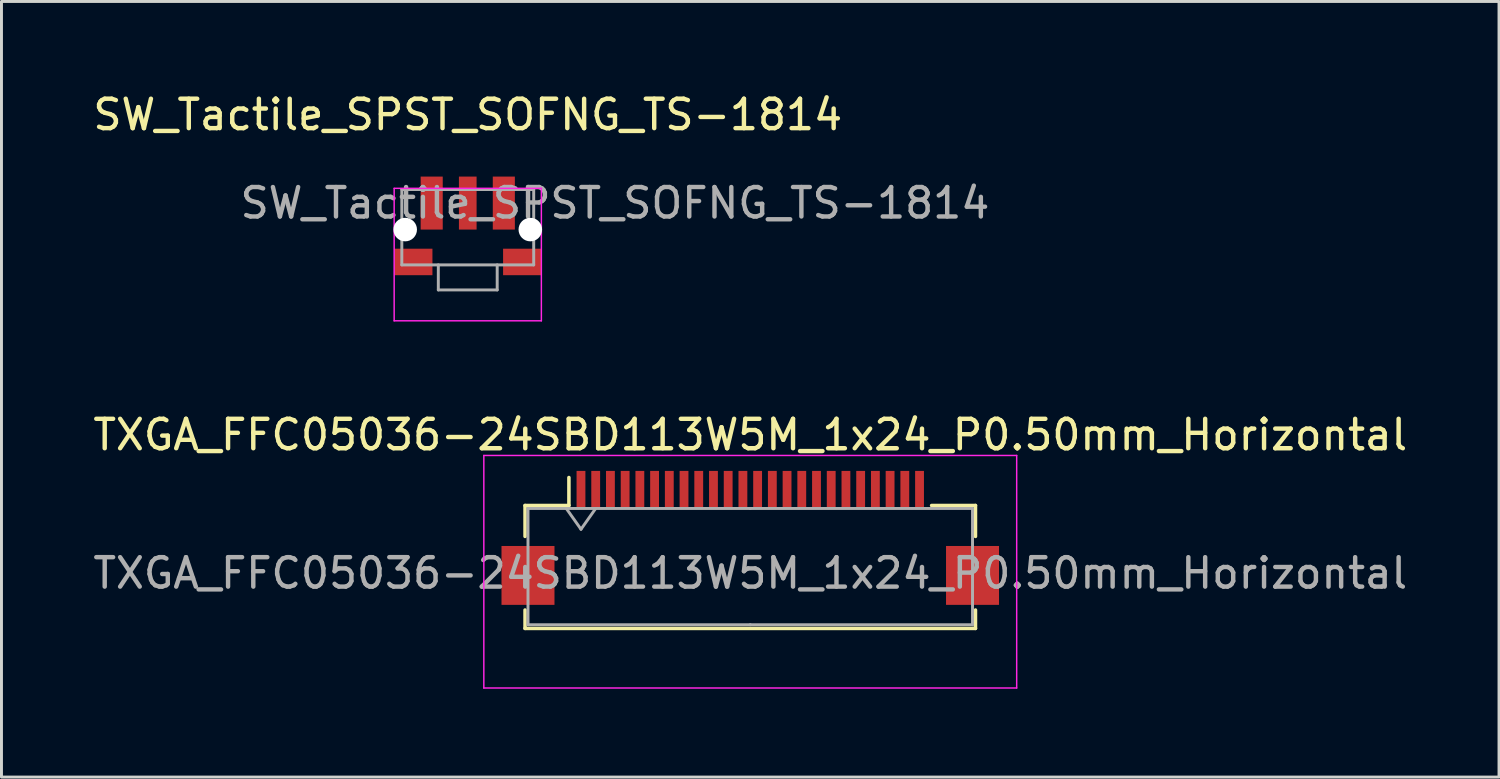
<source format=kicad_pcb>
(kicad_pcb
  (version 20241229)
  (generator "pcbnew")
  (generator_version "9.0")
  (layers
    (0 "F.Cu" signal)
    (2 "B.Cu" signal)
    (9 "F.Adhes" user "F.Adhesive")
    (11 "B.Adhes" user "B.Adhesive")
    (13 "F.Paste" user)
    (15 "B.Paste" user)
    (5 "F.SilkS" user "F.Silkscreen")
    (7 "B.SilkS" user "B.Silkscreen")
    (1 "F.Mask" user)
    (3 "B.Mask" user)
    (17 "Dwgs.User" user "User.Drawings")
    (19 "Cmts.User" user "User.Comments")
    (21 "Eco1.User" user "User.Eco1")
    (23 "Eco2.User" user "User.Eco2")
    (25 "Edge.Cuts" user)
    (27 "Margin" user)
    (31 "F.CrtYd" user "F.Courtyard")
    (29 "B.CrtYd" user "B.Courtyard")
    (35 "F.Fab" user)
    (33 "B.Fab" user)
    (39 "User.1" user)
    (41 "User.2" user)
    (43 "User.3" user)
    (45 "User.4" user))
  (footprint "TXGA_FFC05036-24SBD113W5M_1x24_P0.50mm_Horizontal"
    (layer "F.Cu")
    (at 22.435 15.421)
    (property "Reference" "TXGA_FFC05036-24SBD113W5M_1x24_P0.50mm_Horizontal" (at 0 -3.7 0) (layer "F.SilkS") (effects (font (size 1 1) (thickness 0.15))))
    (attr smd)
    (fp_line (start -7.65 -1.3) (end -7.65 -0.25) (stroke (width 0.12) (type solid)) (layer "F.SilkS"))
    (fp_line (start -7.65 2.25) (end -7.65 2.875) (stroke (width 0.12) (type solid)) (layer "F.SilkS"))
    (fp_line (start -7.65 2.875) (end 7.65 2.875) (stroke (width 0.12) (type solid)) (layer "F.SilkS"))
    (fp_line (start -6.16 -1.3) (end -7.65 -1.3) (stroke (width 0.12) (type solid)) (layer "F.SilkS"))
    (fp_line (start -6.16 -1.3) (end -6.16 -2.25) (stroke (width 0.12) (type solid)) (layer "F.SilkS"))
    (fp_line (start 6.16 -1.3) (end 7.65 -1.3) (stroke (width 0.12) (type solid)) (layer "F.SilkS"))
    (fp_line (start 7.65 -1.3) (end 7.65 -0.25) (stroke (width 0.12) (type solid)) (layer "F.SilkS"))
    (fp_line (start 7.65 2.875) (end 7.65 2.25) (stroke (width 0.12) (type solid)) (layer "F.SilkS"))
    (fp_line (start -9.05 -3) (end -9.05 4.9) (stroke (width 0.05) (type solid)) (layer "F.CrtYd"))
    (fp_line (start -9.05 4.9) (end 9.05 4.9) (stroke (width 0.05) (type solid)) (layer "F.CrtYd"))
    (fp_line (start 9.05 -3) (end -9.05 -3) (stroke (width 0.05) (type solid)) (layer "F.CrtYd"))
    (fp_line (start 9.05 4.9) (end 9.05 -3) (stroke (width 0.05) (type solid)) (layer "F.CrtYd"))
    (fp_line (start -7.55 -1.2) (end -7.55 2.75) (stroke (width 0.1) (type solid)) (layer "F.Fab"))
    (fp_line (start -7.55 2.75) (end 0 2.75) (stroke (width 0.1) (type solid)) (layer "F.Fab"))
    (fp_line (start -6.25 -1.2) (end -5.75 -0.493) (stroke (width 0.1) (type solid)) (layer "F.Fab"))
    (fp_line (start -5.75 -0.493) (end -5.25 -1.2) (stroke (width 0.1) (type solid)) (layer "F.Fab"))
    (fp_line (start 0 -1.2) (end -7.55 -1.2) (stroke (width 0.1) (type solid)) (layer "F.Fab"))
    (fp_line (start 0 -1.2) (end 7.55 -1.2) (stroke (width 0.1) (type solid)) (layer "F.Fab"))
    (fp_line (start 7.55 -1.2) (end 7.55 2.75) (stroke (width 0.1) (type solid)) (layer "F.Fab"))
    (fp_line (start 7.55 2.75) (end 0 2.75) (stroke (width 0.1) (type solid)) (layer "F.Fab"))
    (fp_text user "${REFERENCE}" (at 0 1 0) (layer "F.Fab") (effects (font (size 1 1) (thickness 0.15))))
    (pad "" smd rect (at -7.55 1.075) (size 1.8 2) (layers "F.Cu" "F.Mask" "F.Paste"))
    (pad "" smd rect (at 7.55 1.075) (size 1.8 2) (layers "F.Cu" "F.Mask" "F.Paste"))
    (pad "1" smd rect (at -5.75 -1.85) (size 0.3 1.25) (layers "F.Cu" "F.Mask" "F.Paste"))
    (pad "2" smd rect (at -5.25 -1.85) (size 0.3 1.25) (layers "F.Cu" "F.Mask" "F.Paste"))
    (pad "3" smd rect (at -4.75 -1.85) (size 0.3 1.25) (layers "F.Cu" "F.Mask" "F.Paste"))
    (pad "4" smd rect (at -4.25 -1.85) (size 0.3 1.25) (layers "F.Cu" "F.Mask" "F.Paste"))
    (pad "5" smd rect (at -3.75 -1.85) (size 0.3 1.25) (layers "F.Cu" "F.Mask" "F.Paste"))
    (pad "6" smd rect (at -3.25 -1.85) (size 0.3 1.25) (layers "F.Cu" "F.Mask" "F.Paste"))
    (pad "7" smd rect (at -2.75 -1.85) (size 0.3 1.25) (layers "F.Cu" "F.Mask" "F.Paste"))
    (pad "8" smd rect (at -2.25 -1.85) (size 0.3 1.25) (layers "F.Cu" "F.Mask" "F.Paste"))
    (pad "9" smd rect (at -1.75 -1.85) (size 0.3 1.25) (layers "F.Cu" "F.Mask" "F.Paste"))
    (pad "10" smd rect (at -1.25 -1.85) (size 0.3 1.25) (layers "F.Cu" "F.Mask" "F.Paste"))
    (pad "11" smd rect (at -0.75 -1.85) (size 0.3 1.25) (layers "F.Cu" "F.Mask" "F.Paste"))
    (pad "12" smd rect (at -0.25 -1.85) (size 0.3 1.25) (layers "F.Cu" "F.Mask" "F.Paste"))
    (pad "13" smd rect (at 0.25 -1.85) (size 0.3 1.25) (layers "F.Cu" "F.Mask" "F.Paste"))
    (pad "14" smd rect (at 0.75 -1.85) (size 0.3 1.25) (layers "F.Cu" "F.Mask" "F.Paste"))
    (pad "15" smd rect (at 1.25 -1.85) (size 0.3 1.25) (layers "F.Cu" "F.Mask" "F.Paste"))
    (pad "16" smd rect (at 1.75 -1.85) (size 0.3 1.25) (layers "F.Cu" "F.Mask" "F.Paste"))
    (pad "17" smd rect (at 2.25 -1.85) (size 0.3 1.25) (layers "F.Cu" "F.Mask" "F.Paste"))
    (pad "18" smd rect (at 2.75 -1.85) (size 0.3 1.25) (layers "F.Cu" "F.Mask" "F.Paste"))
    (pad "19" smd rect (at 3.25 -1.85) (size 0.3 1.25) (layers "F.Cu" "F.Mask" "F.Paste"))
    (pad "20" smd rect (at 3.75 -1.85) (size 0.3 1.25) (layers "F.Cu" "F.Mask" "F.Paste"))
    (pad "21" smd rect (at 4.25 -1.85) (size 0.3 1.25) (layers "F.Cu" "F.Mask" "F.Paste"))
    (pad "22" smd rect (at 4.75 -1.85) (size 0.3 1.25) (layers "F.Cu" "F.Mask" "F.Paste"))
    (pad "23" smd rect (at 5.25 -1.85) (size 0.3 1.25) (layers "F.Cu" "F.Mask" "F.Paste"))
    (pad "24" smd rect (at 5.75 -1.85) (size 0.3 1.25) (layers "F.Cu" "F.Mask" "F.Paste")))
  (footprint "SW_Tactile_SPST_SOFNG_TS-1814"
    (layer "F.Cu")
    (at 12.839 3.848)
    (property "Reference" "SW_Tactile_SPST_SOFNG_TS-1814" (at 0 -3 0) (unlocked yes) (layer "F.SilkS") (effects (font (size 1 1) (thickness 0.15))))
    (attr smd)
    (fp_line (start -2.5 -0.5) (end 2.5 -0.5) (stroke (width 0.05) (type default)) (layer "F.CrtYd"))
    (fp_line (start -2.5 4) (end -2.5 -0.5) (stroke (width 0.05) (type default)) (layer "F.CrtYd"))
    (fp_line (start 2.5 -0.5) (end 2.5 4) (stroke (width 0.05) (type default)) (layer "F.CrtYd"))
    (fp_line (start 2.5 4) (end -2.5 4) (stroke (width 0.05) (type default)) (layer "F.CrtYd"))
    (fp_line (start -2.24 -0.46) (end -2.24 2.1) (stroke (width 0.1) (type default)) (layer "F.Fab"))
    (fp_line (start -2.24 -0.46) (end 2.24 -0.46) (stroke (width 0.1) (type default)) (layer "F.Fab"))
    (fp_line (start -2.24 2.1) (end 2.24 2.1) (stroke (width 0.1) (type default)) (layer "F.Fab"))
    (fp_line (start -1 2.1) (end -1 2.95) (stroke (width 0.1) (type default)) (layer "F.Fab"))
    (fp_line (start -1 2.95) (end 1 2.95) (stroke (width 0.1) (type default)) (layer "F.Fab"))
    (fp_line (start 1 2.1) (end 1 2.95) (stroke (width 0.1) (type default)) (layer "F.Fab"))
    (fp_line (start 2.24 2.1) (end 2.24 -0.46) (stroke (width 0.1) (type default)) (layer "F.Fab"))
    (fp_text user "${REFERENCE}" (at 5 0 0) (unlocked yes) (layer "F.Fab") (effects (font (size 1 1) (thickness 0.15))))
    (pad "" np_thru_hole circle (at -2.125 0.9) (size 0.8 0.8) (drill 0.8) (layers "*.Cu" "*.Mask"))
    (pad "" smd rect (at -1.85 2) (size 1.3 0.9) (layers "F.Cu" "F.Mask" "F.Paste"))
    (pad "" smd rect (at 1.85 2) (size 1.3 0.9) (layers "F.Cu" "F.Mask" "F.Paste"))
    (pad "" np_thru_hole circle (at 2.125 0.9) (size 0.8 0.8) (drill 0.8) (layers "*.Cu" "*.Mask"))
    (pad "1" smd rect (at -1.225 0) (size 0.75 1.8) (layers "F.Cu" "F.Mask" "F.Paste"))
    (pad "2" smd rect (at 0 0) (size 0.6 1.8) (layers "F.Cu" "F.Mask" "F.Paste"))
    (pad "3" smd rect (at 1.225 0) (size 0.75 1.8) (layers "F.Cu" "F.Mask" "F.Paste")))
  (gr_rect
    (start -3 -3)
    (end 47.869 23.346)
    (stroke (width 0.1) (type default))
    (fill no)
    (layer "Edge.Cuts")))
</source>
